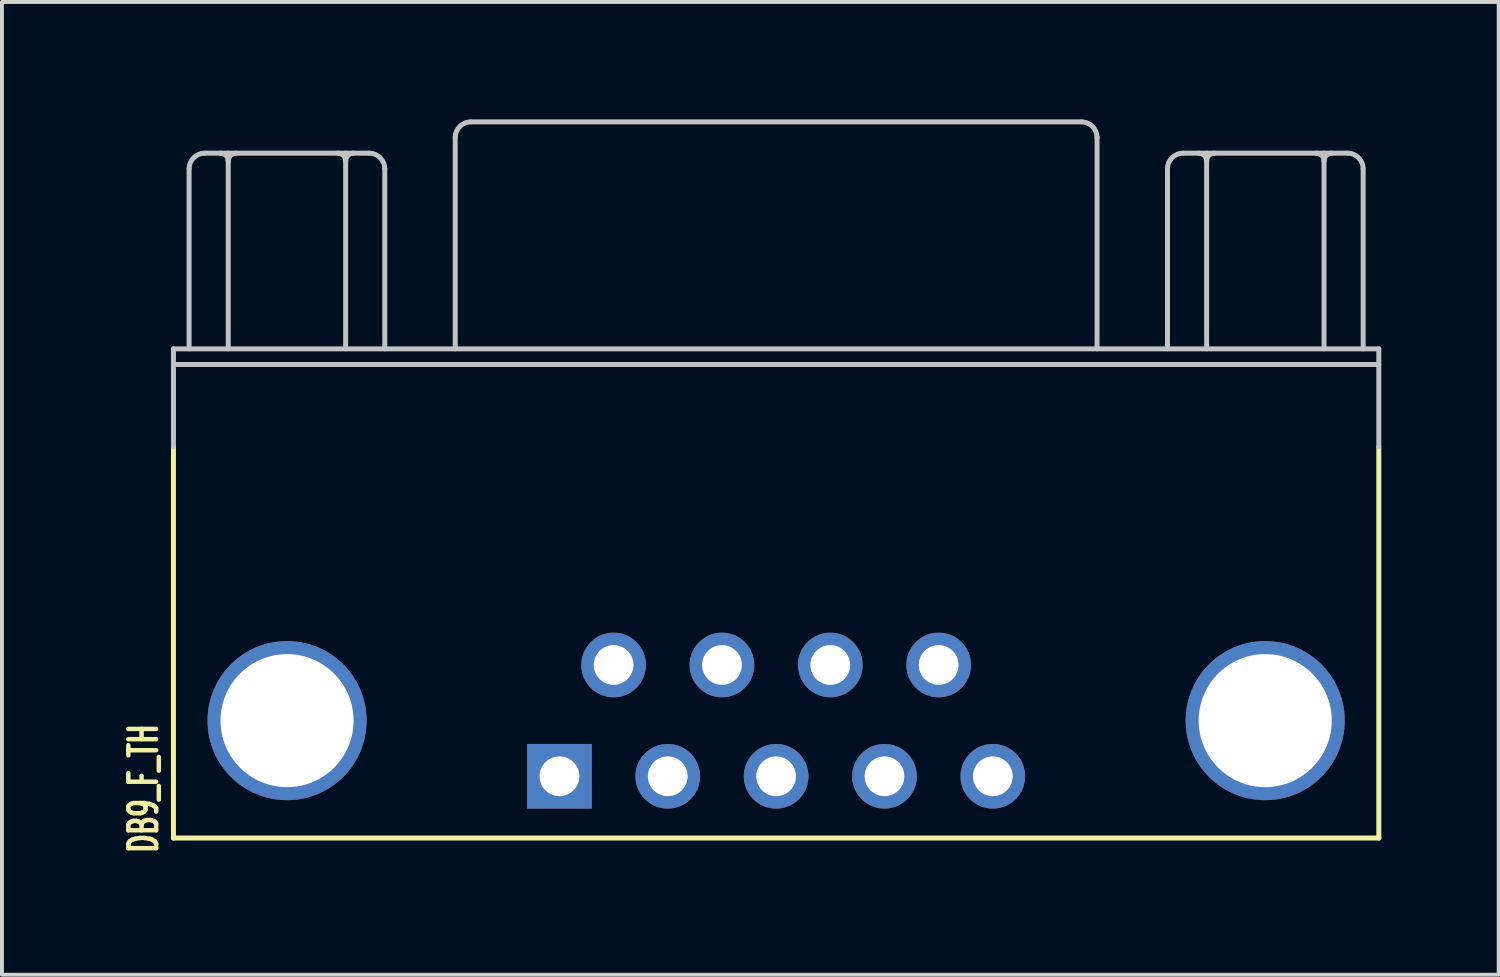
<source format=kicad_pcb>
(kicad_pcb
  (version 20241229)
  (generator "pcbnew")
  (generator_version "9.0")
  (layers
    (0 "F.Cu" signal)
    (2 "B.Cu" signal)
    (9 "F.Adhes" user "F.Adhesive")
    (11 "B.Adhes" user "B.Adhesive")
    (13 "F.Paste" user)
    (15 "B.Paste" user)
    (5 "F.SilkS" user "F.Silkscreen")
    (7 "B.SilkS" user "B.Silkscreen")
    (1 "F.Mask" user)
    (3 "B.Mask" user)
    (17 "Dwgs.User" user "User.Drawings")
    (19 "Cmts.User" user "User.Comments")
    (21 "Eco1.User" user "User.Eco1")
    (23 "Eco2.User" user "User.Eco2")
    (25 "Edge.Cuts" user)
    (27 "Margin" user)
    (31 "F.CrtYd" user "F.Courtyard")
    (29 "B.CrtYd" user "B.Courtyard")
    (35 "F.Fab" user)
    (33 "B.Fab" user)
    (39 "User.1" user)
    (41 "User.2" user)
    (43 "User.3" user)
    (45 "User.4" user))
  (footprint "DB9_F_TH"
    (layer "F.Cu")
    (at 16.782 15.364)
    (property "Reference" "DB9_F_TH" (at -16.165 1.735 90) (layer "F.SilkS") (effects (font (size 0.711 0.457) (thickness 0.114))))
    (attr through_hole)
    (fp_line (start -15.4 3) (end -15.4 -7) (stroke (width 0.127) (type solid)) (layer "F.SilkS"))
    (fp_line (start 15.4 3) (end -15.4 3) (stroke (width 0.127) (type solid)) (layer "F.SilkS"))
    (fp_line (start 15.4 3) (end 15.4 -7) (stroke (width 0.127) (type solid)) (layer "F.SilkS"))
    (fp_line (start -15.4 -9.5) (end -15.4 -7) (stroke (width 0.127) (type solid)) (layer "Dwgs.User"))
    (fp_line (start -15.4 -9.5) (end 15.4 -9.5) (stroke (width 0.127) (type solid)) (layer "Dwgs.User"))
    (fp_line (start -15.4 -9.1) (end 15.4 -9.1) (stroke (width 0.127) (type solid)) (layer "Dwgs.User"))
    (fp_line (start -15 -14.1) (end -15 -9.5) (stroke (width 0.127) (type solid)) (layer "Dwgs.User"))
    (fp_line (start -14.6 -14.5) (end -10.4 -14.5) (stroke (width 0.127) (type solid)) (layer "Dwgs.User"))
    (fp_line (start -14 -14.5) (end -14 -9.5) (stroke (width 0.127) (type solid)) (layer "Dwgs.User"))
    (fp_line (start -11 -14.5) (end -11 -9.5) (stroke (width 0.127) (type solid)) (layer "Dwgs.User"))
    (fp_line (start -10 -14.1) (end -10 -9.5) (stroke (width 0.127) (type solid)) (layer "Dwgs.User"))
    (fp_line (start -8.2 -14.9) (end -8.2 -9.5) (stroke (width 0.127) (type solid)) (layer "Dwgs.User"))
    (fp_line (start 7.8 -15.3) (end -7.8 -15.3) (stroke (width 0.127) (type solid)) (layer "Dwgs.User"))
    (fp_line (start 8.2 -14.9) (end 8.2 -9.5) (stroke (width 0.127) (type solid)) (layer "Dwgs.User"))
    (fp_line (start 10 -14.1) (end 10 -9.5) (stroke (width 0.127) (type solid)) (layer "Dwgs.User"))
    (fp_line (start 10.4 -14.5) (end 14.6 -14.5) (stroke (width 0.127) (type solid)) (layer "Dwgs.User"))
    (fp_line (start 11 -14.5) (end 11 -9.5) (stroke (width 0.127) (type solid)) (layer "Dwgs.User"))
    (fp_line (start 14 -14.5) (end 14 -9.5) (stroke (width 0.127) (type solid)) (layer "Dwgs.User"))
    (fp_line (start 15 -14.1) (end 15 -9.5) (stroke (width 0.127) (type solid)) (layer "Dwgs.User"))
    (fp_line (start 15.4 -9.5) (end 15.4 -7) (stroke (width 0.127) (type solid)) (layer "Dwgs.User"))
    (fp_arc (start -15 -14.1) (mid -14.882843 -14.382843) (end -14.6 -14.5) (stroke (width 0.127) (type solid)) (layer "Dwgs.User"))
    (fp_arc (start -14.2 -14.5) (mid -14.058579 -14.441421) (end -14 -14.3) (stroke (width 0.127) (type solid)) (layer "Dwgs.User"))
    (fp_arc (start -14 -14.3) (mid -13.941421 -14.441421) (end -13.8 -14.5) (stroke (width 0.127) (type solid)) (layer "Dwgs.User"))
    (fp_arc (start -11.2 -14.5) (mid -11.058579 -14.441421) (end -11 -14.3) (stroke (width 0.127) (type solid)) (layer "Dwgs.User"))
    (fp_arc (start -11 -14.3) (mid -10.941421 -14.441421) (end -10.8 -14.5) (stroke (width 0.127) (type solid)) (layer "Dwgs.User"))
    (fp_arc (start -10.4 -14.5) (mid -10.117157 -14.382843) (end -10 -14.1) (stroke (width 0.127) (type solid)) (layer "Dwgs.User"))
    (fp_arc (start -8.2 -14.9) (mid -8.082843 -15.182843) (end -7.8 -15.3) (stroke (width 0.127) (type solid)) (layer "Dwgs.User"))
    (fp_arc (start 7.8 -15.3) (mid 8.082843 -15.182843) (end 8.2 -14.9) (stroke (width 0.127) (type solid)) (layer "Dwgs.User"))
    (fp_arc (start 10 -14.1) (mid 10.117157 -14.382843) (end 10.4 -14.5) (stroke (width 0.127) (type solid)) (layer "Dwgs.User"))
    (fp_arc (start 10.8 -14.5) (mid 10.941421 -14.441421) (end 11 -14.3) (stroke (width 0.127) (type solid)) (layer "Dwgs.User"))
    (fp_arc (start 11 -14.3) (mid 11.058579 -14.441421) (end 11.2 -14.5) (stroke (width 0.127) (type solid)) (layer "Dwgs.User"))
    (fp_arc (start 13.8 -14.5) (mid 13.941421 -14.441421) (end 14 -14.3) (stroke (width 0.127) (type solid)) (layer "Dwgs.User"))
    (fp_arc (start 14 -14.3) (mid 14.058579 -14.441421) (end 14.2 -14.5) (stroke (width 0.127) (type solid)) (layer "Dwgs.User"))
    (fp_arc (start 14.6 -14.5) (mid 14.882843 -14.382843) (end 15 -14.1) (stroke (width 0.127) (type solid)) (layer "Dwgs.User"))
    (pad "1" thru_hole rect (at -5.537 1.422) (size 1.651 1.651) (drill 1.016) (layers "*.Cu" "*.Mask"))
    (pad "2" thru_hole circle (at -2.769 1.422) (size 1.651 1.651) (drill 1.016) (layers "*.Cu" "*.Mask"))
    (pad "3" thru_hole circle (at 0 1.422) (size 1.651 1.651) (drill 1.016) (layers "*.Cu" "*.Mask"))
    (pad "4" thru_hole circle (at 2.769 1.422) (size 1.651 1.651) (drill 1.016) (layers "*.Cu" "*.Mask"))
    (pad "5" thru_hole circle (at 5.537 1.422) (size 1.651 1.651) (drill 1.016) (layers "*.Cu" "*.Mask"))
    (pad "6" thru_hole circle (at -4.153 -1.422) (size 1.651 1.651) (drill 1.016) (layers "*.Cu" "*.Mask"))
    (pad "7" thru_hole circle (at -1.384 -1.422) (size 1.651 1.651) (drill 1.016) (layers "*.Cu" "*.Mask"))
    (pad "8" thru_hole circle (at 1.384 -1.422) (size 1.651 1.651) (drill 1.016) (layers "*.Cu" "*.Mask"))
    (pad "9" thru_hole circle (at 4.153 -1.422) (size 1.651 1.651) (drill 1.016) (layers "*.Cu" "*.Mask"))
    (pad "10" thru_hole circle (at -12.497 0) (size 4.064 4.064) (drill 3.4) (layers "*.Cu" "*.Mask"))
    (pad "11" thru_hole circle (at 12.497 0) (size 4.064 4.064) (drill 3.4) (layers "*.Cu" "*.Mask")))
  (gr_rect
    (start -3 -3)
    (end 35.245 21.857)
    (stroke (width 0.1) (type default))
    (fill no)
    (layer "Edge.Cuts")))
</source>
